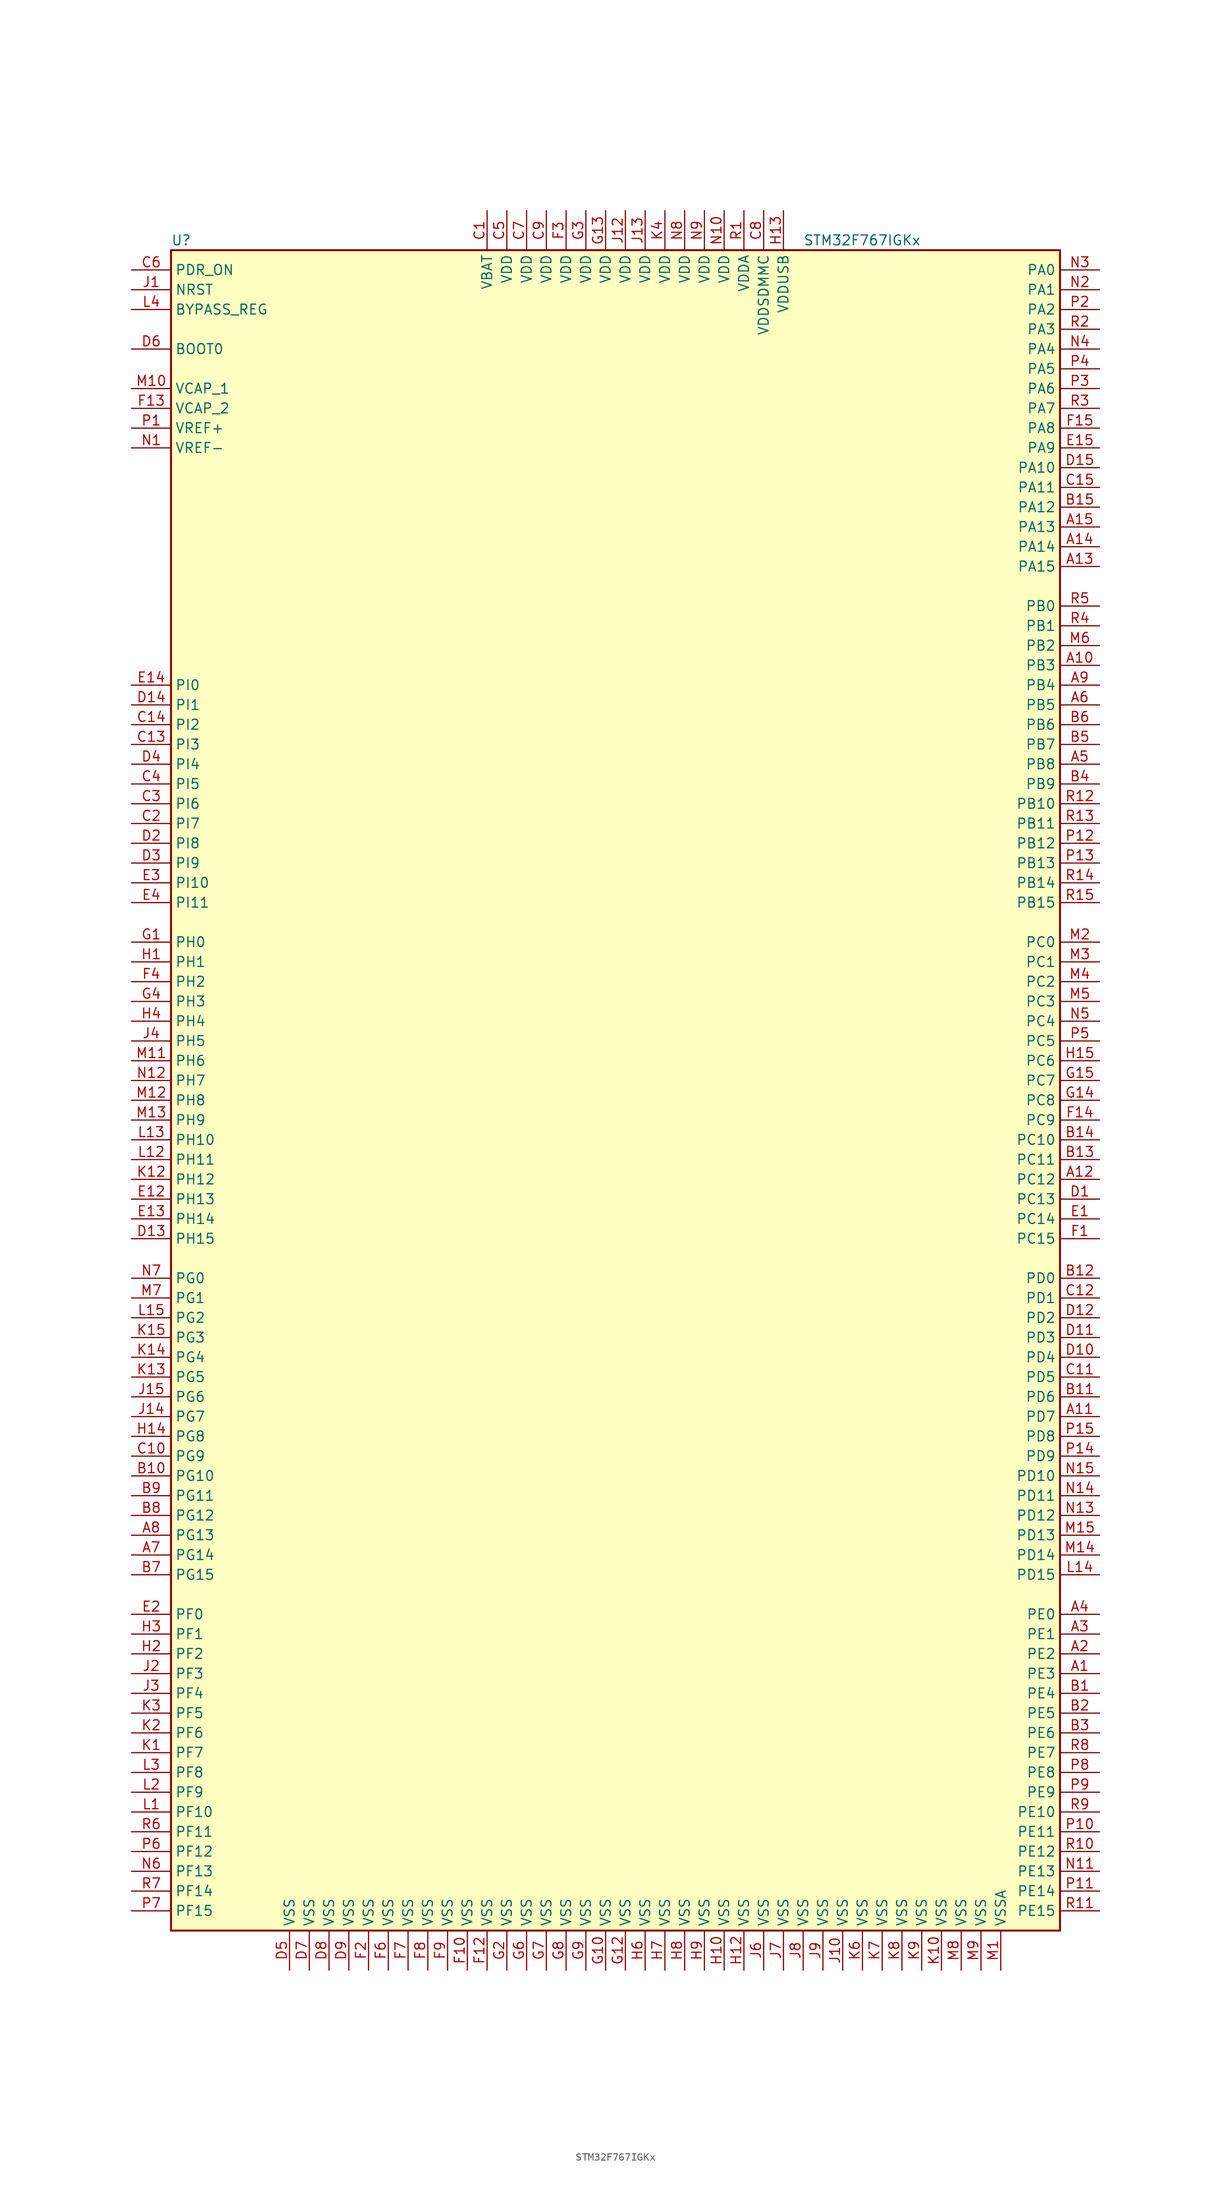
<source format=kicad_sym>
(kicad_symbol_lib
  (version 20201005)
  (generator kicad_symbol_editor)
  (symbol "STM32F767IGKx"
    (property "Reference" "U"
      (at -58.42 107.95 0)
      (effects (font (size 1.27 1.27)) (justify left)))
    (property "Value" "STM32F767IGKx"
      (at 22.86 107.95 0)
      (effects (font (size 1.27 1.27)) (justify left)))
    (symbol "STM32F767IGKx_0_1"
      (rectangle (start -58.42 -109.22) (end 55.88 106.68) (stroke (width 0.254)) (fill (type background))))
    (symbol "STM32F767IGKx_1_1"
      (pin input line (at -63.5 93.98 0) (length 5.08) (name "BOOT0" (effects (font (size 1.27 1.27)))) (number "D6" (effects (font (size 1.27 1.27)))))
      (pin input line (at -63.5 99.06 0) (length 5.08) (name "BYPASS_REG" (effects (font (size 1.27 1.27)))) (number "L4" (effects (font (size 1.27 1.27)))))
      (pin input line (at -63.5 101.6 0) (length 5.08) (name "NRST" (effects (font (size 1.27 1.27)))) (number "J1" (effects (font (size 1.27 1.27)))))
      (pin bidirectional line (at 60.96 104.14 180) (length 5.08) (name "PA0" (effects (font (size 1.27 1.27)))) (number "N3" (effects (font (size 1.27 1.27)))))
      (pin bidirectional line (at 60.96 101.6 180) (length 5.08) (name "PA1" (effects (font (size 1.27 1.27)))) (number "N2" (effects (font (size 1.27 1.27)))))
      (pin bidirectional line (at 60.96 78.74 180) (length 5.08) (name "PA10" (effects (font (size 1.27 1.27)))) (number "D15" (effects (font (size 1.27 1.27)))))
      (pin bidirectional line (at 60.96 76.2 180) (length 5.08) (name "PA11" (effects (font (size 1.27 1.27)))) (number "C15" (effects (font (size 1.27 1.27)))))
      (pin bidirectional line (at 60.96 73.66 180) (length 5.08) (name "PA12" (effects (font (size 1.27 1.27)))) (number "B15" (effects (font (size 1.27 1.27)))))
      (pin bidirectional line (at 60.96 71.12 180) (length 5.08) (name "PA13" (effects (font (size 1.27 1.27)))) (number "A15" (effects (font (size 1.27 1.27)))))
      (pin bidirectional line (at 60.96 68.58 180) (length 5.08) (name "PA14" (effects (font (size 1.27 1.27)))) (number "A14" (effects (font (size 1.27 1.27)))))
      (pin bidirectional line (at 60.96 66.04 180) (length 5.08) (name "PA15" (effects (font (size 1.27 1.27)))) (number "A13" (effects (font (size 1.27 1.27)))))
      (pin bidirectional line (at 60.96 99.06 180) (length 5.08) (name "PA2" (effects (font (size 1.27 1.27)))) (number "P2" (effects (font (size 1.27 1.27)))))
      (pin bidirectional line (at 60.96 96.52 180) (length 5.08) (name "PA3" (effects (font (size 1.27 1.27)))) (number "R2" (effects (font (size 1.27 1.27)))))
      (pin bidirectional line (at 60.96 93.98 180) (length 5.08) (name "PA4" (effects (font (size 1.27 1.27)))) (number "N4" (effects (font (size 1.27 1.27)))))
      (pin bidirectional line (at 60.96 91.44 180) (length 5.08) (name "PA5" (effects (font (size 1.27 1.27)))) (number "P4" (effects (font (size 1.27 1.27)))))
      (pin bidirectional line (at 60.96 88.9 180) (length 5.08) (name "PA6" (effects (font (size 1.27 1.27)))) (number "P3" (effects (font (size 1.27 1.27)))))
      (pin bidirectional line (at 60.96 86.36 180) (length 5.08) (name "PA7" (effects (font (size 1.27 1.27)))) (number "R3" (effects (font (size 1.27 1.27)))))
      (pin bidirectional line (at 60.96 83.82 180) (length 5.08) (name "PA8" (effects (font (size 1.27 1.27)))) (number "F15" (effects (font (size 1.27 1.27)))))
      (pin bidirectional line (at 60.96 81.28 180) (length 5.08) (name "PA9" (effects (font (size 1.27 1.27)))) (number "E15" (effects (font (size 1.27 1.27)))))
      (pin bidirectional line (at 60.96 60.96 180) (length 5.08) (name "PB0" (effects (font (size 1.27 1.27)))) (number "R5" (effects (font (size 1.27 1.27)))))
      (pin bidirectional line (at 60.96 58.42 180) (length 5.08) (name "PB1" (effects (font (size 1.27 1.27)))) (number "R4" (effects (font (size 1.27 1.27)))))
      (pin bidirectional line (at 60.96 35.56 180) (length 5.08) (name "PB10" (effects (font (size 1.27 1.27)))) (number "R12" (effects (font (size 1.27 1.27)))))
      (pin bidirectional line (at 60.96 33.02 180) (length 5.08) (name "PB11" (effects (font (size 1.27 1.27)))) (number "R13" (effects (font (size 1.27 1.27)))))
      (pin bidirectional line (at 60.96 30.48 180) (length 5.08) (name "PB12" (effects (font (size 1.27 1.27)))) (number "P12" (effects (font (size 1.27 1.27)))))
      (pin bidirectional line (at 60.96 27.94 180) (length 5.08) (name "PB13" (effects (font (size 1.27 1.27)))) (number "P13" (effects (font (size 1.27 1.27)))))
      (pin bidirectional line (at 60.96 25.4 180) (length 5.08) (name "PB14" (effects (font (size 1.27 1.27)))) (number "R14" (effects (font (size 1.27 1.27)))))
      (pin bidirectional line (at 60.96 22.86 180) (length 5.08) (name "PB15" (effects (font (size 1.27 1.27)))) (number "R15" (effects (font (size 1.27 1.27)))))
      (pin bidirectional line (at 60.96 55.88 180) (length 5.08) (name "PB2" (effects (font (size 1.27 1.27)))) (number "M6" (effects (font (size 1.27 1.27)))))
      (pin bidirectional line (at 60.96 53.34 180) (length 5.08) (name "PB3" (effects (font (size 1.27 1.27)))) (number "A10" (effects (font (size 1.27 1.27)))))
      (pin bidirectional line (at 60.96 50.8 180) (length 5.08) (name "PB4" (effects (font (size 1.27 1.27)))) (number "A9" (effects (font (size 1.27 1.27)))))
      (pin bidirectional line (at 60.96 48.26 180) (length 5.08) (name "PB5" (effects (font (size 1.27 1.27)))) (number "A6" (effects (font (size 1.27 1.27)))))
      (pin bidirectional line (at 60.96 45.72 180) (length 5.08) (name "PB6" (effects (font (size 1.27 1.27)))) (number "B6" (effects (font (size 1.27 1.27)))))
      (pin bidirectional line (at 60.96 43.18 180) (length 5.08) (name "PB7" (effects (font (size 1.27 1.27)))) (number "B5" (effects (font (size 1.27 1.27)))))
      (pin bidirectional line (at 60.96 40.64 180) (length 5.08) (name "PB8" (effects (font (size 1.27 1.27)))) (number "A5" (effects (font (size 1.27 1.27)))))
      (pin bidirectional line (at 60.96 38.1 180) (length 5.08) (name "PB9" (effects (font (size 1.27 1.27)))) (number "B4" (effects (font (size 1.27 1.27)))))
      (pin bidirectional line (at 60.96 17.78 180) (length 5.08) (name "PC0" (effects (font (size 1.27 1.27)))) (number "M2" (effects (font (size 1.27 1.27)))))
      (pin bidirectional line (at 60.96 15.24 180) (length 5.08) (name "PC1" (effects (font (size 1.27 1.27)))) (number "M3" (effects (font (size 1.27 1.27)))))
      (pin bidirectional line (at 60.96 -7.62 180) (length 5.08) (name "PC10" (effects (font (size 1.27 1.27)))) (number "B14" (effects (font (size 1.27 1.27)))))
      (pin bidirectional line (at 60.96 -10.16 180) (length 5.08) (name "PC11" (effects (font (size 1.27 1.27)))) (number "B13" (effects (font (size 1.27 1.27)))))
      (pin bidirectional line (at 60.96 -12.7 180) (length 5.08) (name "PC12" (effects (font (size 1.27 1.27)))) (number "A12" (effects (font (size 1.27 1.27)))))
      (pin bidirectional line (at 60.96 -15.24 180) (length 5.08) (name "PC13" (effects (font (size 1.27 1.27)))) (number "D1" (effects (font (size 1.27 1.27)))))
      (pin bidirectional line (at 60.96 -17.78 180) (length 5.08) (name "PC14" (effects (font (size 1.27 1.27)))) (number "E1" (effects (font (size 1.27 1.27)))))
      (pin bidirectional line (at 60.96 -20.32 180) (length 5.08) (name "PC15" (effects (font (size 1.27 1.27)))) (number "F1" (effects (font (size 1.27 1.27)))))
      (pin bidirectional line (at 60.96 12.7 180) (length 5.08) (name "PC2" (effects (font (size 1.27 1.27)))) (number "M4" (effects (font (size 1.27 1.27)))))
      (pin bidirectional line (at 60.96 10.16 180) (length 5.08) (name "PC3" (effects (font (size 1.27 1.27)))) (number "M5" (effects (font (size 1.27 1.27)))))
      (pin bidirectional line (at 60.96 7.62 180) (length 5.08) (name "PC4" (effects (font (size 1.27 1.27)))) (number "N5" (effects (font (size 1.27 1.27)))))
      (pin bidirectional line (at 60.96 5.08 180) (length 5.08) (name "PC5" (effects (font (size 1.27 1.27)))) (number "P5" (effects (font (size 1.27 1.27)))))
      (pin bidirectional line (at 60.96 2.54 180) (length 5.08) (name "PC6" (effects (font (size 1.27 1.27)))) (number "H15" (effects (font (size 1.27 1.27)))))
      (pin bidirectional line (at 60.96 0 180) (length 5.08) (name "PC7" (effects (font (size 1.27 1.27)))) (number "G15" (effects (font (size 1.27 1.27)))))
      (pin bidirectional line (at 60.96 -2.54 180) (length 5.08) (name "PC8" (effects (font (size 1.27 1.27)))) (number "G14" (effects (font (size 1.27 1.27)))))
      (pin bidirectional line (at 60.96 -5.08 180) (length 5.08) (name "PC9" (effects (font (size 1.27 1.27)))) (number "F14" (effects (font (size 1.27 1.27)))))
      (pin bidirectional line (at 60.96 -25.4 180) (length 5.08) (name "PD0" (effects (font (size 1.27 1.27)))) (number "B12" (effects (font (size 1.27 1.27)))))
      (pin bidirectional line (at 60.96 -27.94 180) (length 5.08) (name "PD1" (effects (font (size 1.27 1.27)))) (number "C12" (effects (font (size 1.27 1.27)))))
      (pin bidirectional line (at 60.96 -50.8 180) (length 5.08) (name "PD10" (effects (font (size 1.27 1.27)))) (number "N15" (effects (font (size 1.27 1.27)))))
      (pin bidirectional line (at 60.96 -53.34 180) (length 5.08) (name "PD11" (effects (font (size 1.27 1.27)))) (number "N14" (effects (font (size 1.27 1.27)))))
      (pin bidirectional line (at 60.96 -55.88 180) (length 5.08) (name "PD12" (effects (font (size 1.27 1.27)))) (number "N13" (effects (font (size 1.27 1.27)))))
      (pin bidirectional line (at 60.96 -58.42 180) (length 5.08) (name "PD13" (effects (font (size 1.27 1.27)))) (number "M15" (effects (font (size 1.27 1.27)))))
      (pin bidirectional line (at 60.96 -60.96 180) (length 5.08) (name "PD14" (effects (font (size 1.27 1.27)))) (number "M14" (effects (font (size 1.27 1.27)))))
      (pin bidirectional line (at 60.96 -63.5 180) (length 5.08) (name "PD15" (effects (font (size 1.27 1.27)))) (number "L14" (effects (font (size 1.27 1.27)))))
      (pin bidirectional line (at 60.96 -30.48 180) (length 5.08) (name "PD2" (effects (font (size 1.27 1.27)))) (number "D12" (effects (font (size 1.27 1.27)))))
      (pin bidirectional line (at 60.96 -33.02 180) (length 5.08) (name "PD3" (effects (font (size 1.27 1.27)))) (number "D11" (effects (font (size 1.27 1.27)))))
      (pin bidirectional line (at 60.96 -35.56 180) (length 5.08) (name "PD4" (effects (font (size 1.27 1.27)))) (number "D10" (effects (font (size 1.27 1.27)))))
      (pin bidirectional line (at 60.96 -38.1 180) (length 5.08) (name "PD5" (effects (font (size 1.27 1.27)))) (number "C11" (effects (font (size 1.27 1.27)))))
      (pin bidirectional line (at 60.96 -40.64 180) (length 5.08) (name "PD6" (effects (font (size 1.27 1.27)))) (number "B11" (effects (font (size 1.27 1.27)))))
      (pin bidirectional line (at 60.96 -43.18 180) (length 5.08) (name "PD7" (effects (font (size 1.27 1.27)))) (number "A11" (effects (font (size 1.27 1.27)))))
      (pin bidirectional line (at 60.96 -45.72 180) (length 5.08) (name "PD8" (effects (font (size 1.27 1.27)))) (number "P15" (effects (font (size 1.27 1.27)))))
      (pin bidirectional line (at 60.96 -48.26 180) (length 5.08) (name "PD9" (effects (font (size 1.27 1.27)))) (number "P14" (effects (font (size 1.27 1.27)))))
      (pin input line (at -63.5 104.14 0) (length 5.08) (name "PDR_ON" (effects (font (size 1.27 1.27)))) (number "C6" (effects (font (size 1.27 1.27)))))
      (pin bidirectional line (at 60.96 -68.58 180) (length 5.08) (name "PE0" (effects (font (size 1.27 1.27)))) (number "A4" (effects (font (size 1.27 1.27)))))
      (pin bidirectional line (at 60.96 -71.12 180) (length 5.08) (name "PE1" (effects (font (size 1.27 1.27)))) (number "A3" (effects (font (size 1.27 1.27)))))
      (pin bidirectional line (at 60.96 -93.98 180) (length 5.08) (name "PE10" (effects (font (size 1.27 1.27)))) (number "R9" (effects (font (size 1.27 1.27)))))
      (pin bidirectional line (at 60.96 -96.52 180) (length 5.08) (name "PE11" (effects (font (size 1.27 1.27)))) (number "P10" (effects (font (size 1.27 1.27)))))
      (pin bidirectional line (at 60.96 -99.06 180) (length 5.08) (name "PE12" (effects (font (size 1.27 1.27)))) (number "R10" (effects (font (size 1.27 1.27)))))
      (pin bidirectional line (at 60.96 -101.6 180) (length 5.08) (name "PE13" (effects (font (size 1.27 1.27)))) (number "N11" (effects (font (size 1.27 1.27)))))
      (pin bidirectional line (at 60.96 -104.14 180) (length 5.08) (name "PE14" (effects (font (size 1.27 1.27)))) (number "P11" (effects (font (size 1.27 1.27)))))
      (pin bidirectional line (at 60.96 -106.68 180) (length 5.08) (name "PE15" (effects (font (size 1.27 1.27)))) (number "R11" (effects (font (size 1.27 1.27)))))
      (pin bidirectional line (at 60.96 -73.66 180) (length 5.08) (name "PE2" (effects (font (size 1.27 1.27)))) (number "A2" (effects (font (size 1.27 1.27)))))
      (pin bidirectional line (at 60.96 -76.2 180) (length 5.08) (name "PE3" (effects (font (size 1.27 1.27)))) (number "A1" (effects (font (size 1.27 1.27)))))
      (pin bidirectional line (at 60.96 -78.74 180) (length 5.08) (name "PE4" (effects (font (size 1.27 1.27)))) (number "B1" (effects (font (size 1.27 1.27)))))
      (pin bidirectional line (at 60.96 -81.28 180) (length 5.08) (name "PE5" (effects (font (size 1.27 1.27)))) (number "B2" (effects (font (size 1.27 1.27)))))
      (pin bidirectional line (at 60.96 -83.82 180) (length 5.08) (name "PE6" (effects (font (size 1.27 1.27)))) (number "B3" (effects (font (size 1.27 1.27)))))
      (pin bidirectional line (at 60.96 -86.36 180) (length 5.08) (name "PE7" (effects (font (size 1.27 1.27)))) (number "R8" (effects (font (size 1.27 1.27)))))
      (pin bidirectional line (at 60.96 -88.9 180) (length 5.08) (name "PE8" (effects (font (size 1.27 1.27)))) (number "P8" (effects (font (size 1.27 1.27)))))
      (pin bidirectional line (at 60.96 -91.44 180) (length 5.08) (name "PE9" (effects (font (size 1.27 1.27)))) (number "P9" (effects (font (size 1.27 1.27)))))
      (pin bidirectional line (at -63.5 -68.58 0) (length 5.08) (name "PF0" (effects (font (size 1.27 1.27)))) (number "E2" (effects (font (size 1.27 1.27)))))
      (pin bidirectional line (at -63.5 -71.12 0) (length 5.08) (name "PF1" (effects (font (size 1.27 1.27)))) (number "H3" (effects (font (size 1.27 1.27)))))
      (pin bidirectional line (at -63.5 -93.98 0) (length 5.08) (name "PF10" (effects (font (size 1.27 1.27)))) (number "L1" (effects (font (size 1.27 1.27)))))
      (pin bidirectional line (at -63.5 -96.52 0) (length 5.08) (name "PF11" (effects (font (size 1.27 1.27)))) (number "R6" (effects (font (size 1.27 1.27)))))
      (pin bidirectional line (at -63.5 -99.06 0) (length 5.08) (name "PF12" (effects (font (size 1.27 1.27)))) (number "P6" (effects (font (size 1.27 1.27)))))
      (pin bidirectional line (at -63.5 -101.6 0) (length 5.08) (name "PF13" (effects (font (size 1.27 1.27)))) (number "N6" (effects (font (size 1.27 1.27)))))
      (pin bidirectional line (at -63.5 -104.14 0) (length 5.08) (name "PF14" (effects (font (size 1.27 1.27)))) (number "R7" (effects (font (size 1.27 1.27)))))
      (pin bidirectional line (at -63.5 -106.68 0) (length 5.08) (name "PF15" (effects (font (size 1.27 1.27)))) (number "P7" (effects (font (size 1.27 1.27)))))
      (pin bidirectional line (at -63.5 -73.66 0) (length 5.08) (name "PF2" (effects (font (size 1.27 1.27)))) (number "H2" (effects (font (size 1.27 1.27)))))
      (pin bidirectional line (at -63.5 -76.2 0) (length 5.08) (name "PF3" (effects (font (size 1.27 1.27)))) (number "J2" (effects (font (size 1.27 1.27)))))
      (pin bidirectional line (at -63.5 -78.74 0) (length 5.08) (name "PF4" (effects (font (size 1.27 1.27)))) (number "J3" (effects (font (size 1.27 1.27)))))
      (pin bidirectional line (at -63.5 -81.28 0) (length 5.08) (name "PF5" (effects (font (size 1.27 1.27)))) (number "K3" (effects (font (size 1.27 1.27)))))
      (pin bidirectional line (at -63.5 -83.82 0) (length 5.08) (name "PF6" (effects (font (size 1.27 1.27)))) (number "K2" (effects (font (size 1.27 1.27)))))
      (pin bidirectional line (at -63.5 -86.36 0) (length 5.08) (name "PF7" (effects (font (size 1.27 1.27)))) (number "K1" (effects (font (size 1.27 1.27)))))
      (pin bidirectional line (at -63.5 -88.9 0) (length 5.08) (name "PF8" (effects (font (size 1.27 1.27)))) (number "L3" (effects (font (size 1.27 1.27)))))
      (pin bidirectional line (at -63.5 -91.44 0) (length 5.08) (name "PF9" (effects (font (size 1.27 1.27)))) (number "L2" (effects (font (size 1.27 1.27)))))
      (pin bidirectional line (at -63.5 -25.4 0) (length 5.08) (name "PG0" (effects (font (size 1.27 1.27)))) (number "N7" (effects (font (size 1.27 1.27)))))
      (pin bidirectional line (at -63.5 -27.94 0) (length 5.08) (name "PG1" (effects (font (size 1.27 1.27)))) (number "M7" (effects (font (size 1.27 1.27)))))
      (pin bidirectional line (at -63.5 -50.8 0) (length 5.08) (name "PG10" (effects (font (size 1.27 1.27)))) (number "B10" (effects (font (size 1.27 1.27)))))
      (pin bidirectional line (at -63.5 -53.34 0) (length 5.08) (name "PG11" (effects (font (size 1.27 1.27)))) (number "B9" (effects (font (size 1.27 1.27)))))
      (pin bidirectional line (at -63.5 -55.88 0) (length 5.08) (name "PG12" (effects (font (size 1.27 1.27)))) (number "B8" (effects (font (size 1.27 1.27)))))
      (pin bidirectional line (at -63.5 -58.42 0) (length 5.08) (name "PG13" (effects (font (size 1.27 1.27)))) (number "A8" (effects (font (size 1.27 1.27)))))
      (pin bidirectional line (at -63.5 -60.96 0) (length 5.08) (name "PG14" (effects (font (size 1.27 1.27)))) (number "A7" (effects (font (size 1.27 1.27)))))
      (pin bidirectional line (at -63.5 -63.5 0) (length 5.08) (name "PG15" (effects (font (size 1.27 1.27)))) (number "B7" (effects (font (size 1.27 1.27)))))
      (pin bidirectional line (at -63.5 -30.48 0) (length 5.08) (name "PG2" (effects (font (size 1.27 1.27)))) (number "L15" (effects (font (size 1.27 1.27)))))
      (pin bidirectional line (at -63.5 -33.02 0) (length 5.08) (name "PG3" (effects (font (size 1.27 1.27)))) (number "K15" (effects (font (size 1.27 1.27)))))
      (pin bidirectional line (at -63.5 -35.56 0) (length 5.08) (name "PG4" (effects (font (size 1.27 1.27)))) (number "K14" (effects (font (size 1.27 1.27)))))
      (pin bidirectional line (at -63.5 -38.1 0) (length 5.08) (name "PG5" (effects (font (size 1.27 1.27)))) (number "K13" (effects (font (size 1.27 1.27)))))
      (pin bidirectional line (at -63.5 -40.64 0) (length 5.08) (name "PG6" (effects (font (size 1.27 1.27)))) (number "J15" (effects (font (size 1.27 1.27)))))
      (pin bidirectional line (at -63.5 -43.18 0) (length 5.08) (name "PG7" (effects (font (size 1.27 1.27)))) (number "J14" (effects (font (size 1.27 1.27)))))
      (pin bidirectional line (at -63.5 -45.72 0) (length 5.08) (name "PG8" (effects (font (size 1.27 1.27)))) (number "H14" (effects (font (size 1.27 1.27)))))
      (pin bidirectional line (at -63.5 -48.26 0) (length 5.08) (name "PG9" (effects (font (size 1.27 1.27)))) (number "C10" (effects (font (size 1.27 1.27)))))
      (pin input line (at -63.5 17.78 0) (length 5.08) (name "PH0" (effects (font (size 1.27 1.27)))) (number "G1" (effects (font (size 1.27 1.27)))))
      (pin input line (at -63.5 15.24 0) (length 5.08) (name "PH1" (effects (font (size 1.27 1.27)))) (number "H1" (effects (font (size 1.27 1.27)))))
      (pin bidirectional line (at -63.5 -7.62 0) (length 5.08) (name "PH10" (effects (font (size 1.27 1.27)))) (number "L13" (effects (font (size 1.27 1.27)))))
      (pin bidirectional line (at -63.5 -10.16 0) (length 5.08) (name "PH11" (effects (font (size 1.27 1.27)))) (number "L12" (effects (font (size 1.27 1.27)))))
      (pin bidirectional line (at -63.5 -12.7 0) (length 5.08) (name "PH12" (effects (font (size 1.27 1.27)))) (number "K12" (effects (font (size 1.27 1.27)))))
      (pin bidirectional line (at -63.5 -15.24 0) (length 5.08) (name "PH13" (effects (font (size 1.27 1.27)))) (number "E12" (effects (font (size 1.27 1.27)))))
      (pin bidirectional line (at -63.5 -17.78 0) (length 5.08) (name "PH14" (effects (font (size 1.27 1.27)))) (number "E13" (effects (font (size 1.27 1.27)))))
      (pin bidirectional line (at -63.5 -20.32 0) (length 5.08) (name "PH15" (effects (font (size 1.27 1.27)))) (number "D13" (effects (font (size 1.27 1.27)))))
      (pin bidirectional line (at -63.5 12.7 0) (length 5.08) (name "PH2" (effects (font (size 1.27 1.27)))) (number "F4" (effects (font (size 1.27 1.27)))))
      (pin bidirectional line (at -63.5 10.16 0) (length 5.08) (name "PH3" (effects (font (size 1.27 1.27)))) (number "G4" (effects (font (size 1.27 1.27)))))
      (pin bidirectional line (at -63.5 7.62 0) (length 5.08) (name "PH4" (effects (font (size 1.27 1.27)))) (number "H4" (effects (font (size 1.27 1.27)))))
      (pin bidirectional line (at -63.5 5.08 0) (length 5.08) (name "PH5" (effects (font (size 1.27 1.27)))) (number "J4" (effects (font (size 1.27 1.27)))))
      (pin bidirectional line (at -63.5 2.54 0) (length 5.08) (name "PH6" (effects (font (size 1.27 1.27)))) (number "M11" (effects (font (size 1.27 1.27)))))
      (pin bidirectional line (at -63.5 0 0) (length 5.08) (name "PH7" (effects (font (size 1.27 1.27)))) (number "N12" (effects (font (size 1.27 1.27)))))
      (pin bidirectional line (at -63.5 -2.54 0) (length 5.08) (name "PH8" (effects (font (size 1.27 1.27)))) (number "M12" (effects (font (size 1.27 1.27)))))
      (pin bidirectional line (at -63.5 -5.08 0) (length 5.08) (name "PH9" (effects (font (size 1.27 1.27)))) (number "M13" (effects (font (size 1.27 1.27)))))
      (pin bidirectional line (at -63.5 50.8 0) (length 5.08) (name "PI0" (effects (font (size 1.27 1.27)))) (number "E14" (effects (font (size 1.27 1.27)))))
      (pin bidirectional line (at -63.5 48.26 0) (length 5.08) (name "PI1" (effects (font (size 1.27 1.27)))) (number "D14" (effects (font (size 1.27 1.27)))))
      (pin bidirectional line (at -63.5 25.4 0) (length 5.08) (name "PI10" (effects (font (size 1.27 1.27)))) (number "E3" (effects (font (size 1.27 1.27)))))
      (pin bidirectional line (at -63.5 22.86 0) (length 5.08) (name "PI11" (effects (font (size 1.27 1.27)))) (number "E4" (effects (font (size 1.27 1.27)))))
      (pin bidirectional line (at -63.5 45.72 0) (length 5.08) (name "PI2" (effects (font (size 1.27 1.27)))) (number "C14" (effects (font (size 1.27 1.27)))))
      (pin bidirectional line (at -63.5 43.18 0) (length 5.08) (name "PI3" (effects (font (size 1.27 1.27)))) (number "C13" (effects (font (size 1.27 1.27)))))
      (pin bidirectional line (at -63.5 40.64 0) (length 5.08) (name "PI4" (effects (font (size 1.27 1.27)))) (number "D4" (effects (font (size 1.27 1.27)))))
      (pin bidirectional line (at -63.5 38.1 0) (length 5.08) (name "PI5" (effects (font (size 1.27 1.27)))) (number "C4" (effects (font (size 1.27 1.27)))))
      (pin bidirectional line (at -63.5 35.56 0) (length 5.08) (name "PI6" (effects (font (size 1.27 1.27)))) (number "C3" (effects (font (size 1.27 1.27)))))
      (pin bidirectional line (at -63.5 33.02 0) (length 5.08) (name "PI7" (effects (font (size 1.27 1.27)))) (number "C2" (effects (font (size 1.27 1.27)))))
      (pin bidirectional line (at -63.5 30.48 0) (length 5.08) (name "PI8" (effects (font (size 1.27 1.27)))) (number "D2" (effects (font (size 1.27 1.27)))))
      (pin bidirectional line (at -63.5 27.94 0) (length 5.08) (name "PI9" (effects (font (size 1.27 1.27)))) (number "D3" (effects (font (size 1.27 1.27)))))
      (pin power_in line (at -17.78 111.76 270) (length 5.08) (name "VBAT" (effects (font (size 1.27 1.27)))) (number "C1" (effects (font (size 1.27 1.27)))))
      (pin power_in line (at -63.5 88.9 0) (length 5.08) (name "VCAP_1" (effects (font (size 1.27 1.27)))) (number "M10" (effects (font (size 1.27 1.27)))))
      (pin power_in line (at -63.5 86.36 0) (length 5.08) (name "VCAP_2" (effects (font (size 1.27 1.27)))) (number "F13" (effects (font (size 1.27 1.27)))))
      (pin power_in line (at -15.24 111.76 270) (length 5.08) (name "VDD" (effects (font (size 1.27 1.27)))) (number "C5" (effects (font (size 1.27 1.27)))))
      (pin power_in line (at -12.7 111.76 270) (length 5.08) (name "VDD" (effects (font (size 1.27 1.27)))) (number "C7" (effects (font (size 1.27 1.27)))))
      (pin power_in line (at -10.16 111.76 270) (length 5.08) (name "VDD" (effects (font (size 1.27 1.27)))) (number "C9" (effects (font (size 1.27 1.27)))))
      (pin power_in line (at -7.62 111.76 270) (length 5.08) (name "VDD" (effects (font (size 1.27 1.27)))) (number "F3" (effects (font (size 1.27 1.27)))))
      (pin power_in line (at -2.54 111.76 270) (length 5.08) (name "VDD" (effects (font (size 1.27 1.27)))) (number "G13" (effects (font (size 1.27 1.27)))))
      (pin power_in line (at -5.08 111.76 270) (length 5.08) (name "VDD" (effects (font (size 1.27 1.27)))) (number "G3" (effects (font (size 1.27 1.27)))))
      (pin power_in line (at 0 111.76 270) (length 5.08) (name "VDD" (effects (font (size 1.27 1.27)))) (number "J12" (effects (font (size 1.27 1.27)))))
      (pin power_in line (at 2.54 111.76 270) (length 5.08) (name "VDD" (effects (font (size 1.27 1.27)))) (number "J13" (effects (font (size 1.27 1.27)))))
      (pin power_in line (at 5.08 111.76 270) (length 5.08) (name "VDD" (effects (font (size 1.27 1.27)))) (number "K4" (effects (font (size 1.27 1.27)))))
      (pin power_in line (at 12.7 111.76 270) (length 5.08) (name "VDD" (effects (font (size 1.27 1.27)))) (number "N10" (effects (font (size 1.27 1.27)))))
      (pin power_in line (at 7.62 111.76 270) (length 5.08) (name "VDD" (effects (font (size 1.27 1.27)))) (number "N8" (effects (font (size 1.27 1.27)))))
      (pin power_in line (at 10.16 111.76 270) (length 5.08) (name "VDD" (effects (font (size 1.27 1.27)))) (number "N9" (effects (font (size 1.27 1.27)))))
      (pin power_in line (at 15.24 111.76 270) (length 5.08) (name "VDDA" (effects (font (size 1.27 1.27)))) (number "R1" (effects (font (size 1.27 1.27)))))
      (pin power_in line (at 17.78 111.76 270) (length 5.08) (name "VDDSDMMC" (effects (font (size 1.27 1.27)))) (number "C8" (effects (font (size 1.27 1.27)))))
      (pin power_in line (at 20.32 111.76 270) (length 5.08) (name "VDDUSB" (effects (font (size 1.27 1.27)))) (number "H13" (effects (font (size 1.27 1.27)))))
      (pin power_in line (at -63.5 83.82 0) (length 5.08) (name "VREF+" (effects (font (size 1.27 1.27)))) (number "P1" (effects (font (size 1.27 1.27)))))
      (pin power_in line (at -63.5 81.28 0) (length 5.08) (name "VREF-" (effects (font (size 1.27 1.27)))) (number "N1" (effects (font (size 1.27 1.27)))))
      (pin power_in line (at -43.18 -114.3 90) (length 5.08) (name "VSS" (effects (font (size 1.27 1.27)))) (number "D5" (effects (font (size 1.27 1.27)))))
      (pin power_in line (at -40.64 -114.3 90) (length 5.08) (name "VSS" (effects (font (size 1.27 1.27)))) (number "D7" (effects (font (size 1.27 1.27)))))
      (pin power_in line (at -38.1 -114.3 90) (length 5.08) (name "VSS" (effects (font (size 1.27 1.27)))) (number "D8" (effects (font (size 1.27 1.27)))))
      (pin power_in line (at -35.56 -114.3 90) (length 5.08) (name "VSS" (effects (font (size 1.27 1.27)))) (number "D9" (effects (font (size 1.27 1.27)))))
      (pin power_in line (at -20.32 -114.3 90) (length 5.08) (name "VSS" (effects (font (size 1.27 1.27)))) (number "F10" (effects (font (size 1.27 1.27)))))
      (pin power_in line (at -17.78 -114.3 90) (length 5.08) (name "VSS" (effects (font (size 1.27 1.27)))) (number "F12" (effects (font (size 1.27 1.27)))))
      (pin power_in line (at -33.02 -114.3 90) (length 5.08) (name "VSS" (effects (font (size 1.27 1.27)))) (number "F2" (effects (font (size 1.27 1.27)))))
      (pin power_in line (at -30.48 -114.3 90) (length 5.08) (name "VSS" (effects (font (size 1.27 1.27)))) (number "F6" (effects (font (size 1.27 1.27)))))
      (pin power_in line (at -27.94 -114.3 90) (length 5.08) (name "VSS" (effects (font (size 1.27 1.27)))) (number "F7" (effects (font (size 1.27 1.27)))))
      (pin power_in line (at -25.4 -114.3 90) (length 5.08) (name "VSS" (effects (font (size 1.27 1.27)))) (number "F8" (effects (font (size 1.27 1.27)))))
      (pin power_in line (at -22.86 -114.3 90) (length 5.08) (name "VSS" (effects (font (size 1.27 1.27)))) (number "F9" (effects (font (size 1.27 1.27)))))
      (pin power_in line (at -2.54 -114.3 90) (length 5.08) (name "VSS" (effects (font (size 1.27 1.27)))) (number "G10" (effects (font (size 1.27 1.27)))))
      (pin power_in line (at 0 -114.3 90) (length 5.08) (name "VSS" (effects (font (size 1.27 1.27)))) (number "G12" (effects (font (size 1.27 1.27)))))
      (pin power_in line (at -15.24 -114.3 90) (length 5.08) (name "VSS" (effects (font (size 1.27 1.27)))) (number "G2" (effects (font (size 1.27 1.27)))))
      (pin power_in line (at -12.7 -114.3 90) (length 5.08) (name "VSS" (effects (font (size 1.27 1.27)))) (number "G6" (effects (font (size 1.27 1.27)))))
      (pin power_in line (at -10.16 -114.3 90) (length 5.08) (name "VSS" (effects (font (size 1.27 1.27)))) (number "G7" (effects (font (size 1.27 1.27)))))
      (pin power_in line (at -7.62 -114.3 90) (length 5.08) (name "VSS" (effects (font (size 1.27 1.27)))) (number "G8" (effects (font (size 1.27 1.27)))))
      (pin power_in line (at -5.08 -114.3 90) (length 5.08) (name "VSS" (effects (font (size 1.27 1.27)))) (number "G9" (effects (font (size 1.27 1.27)))))
      (pin power_in line (at 12.7 -114.3 90) (length 5.08) (name "VSS" (effects (font (size 1.27 1.27)))) (number "H10" (effects (font (size 1.27 1.27)))))
      (pin power_in line (at 15.24 -114.3 90) (length 5.08) (name "VSS" (effects (font (size 1.27 1.27)))) (number "H12" (effects (font (size 1.27 1.27)))))
      (pin power_in line (at 2.54 -114.3 90) (length 5.08) (name "VSS" (effects (font (size 1.27 1.27)))) (number "H6" (effects (font (size 1.27 1.27)))))
      (pin power_in line (at 5.08 -114.3 90) (length 5.08) (name "VSS" (effects (font (size 1.27 1.27)))) (number "H7" (effects (font (size 1.27 1.27)))))
      (pin power_in line (at 7.62 -114.3 90) (length 5.08) (name "VSS" (effects (font (size 1.27 1.27)))) (number "H8" (effects (font (size 1.27 1.27)))))
      (pin power_in line (at 10.16 -114.3 90) (length 5.08) (name "VSS" (effects (font (size 1.27 1.27)))) (number "H9" (effects (font (size 1.27 1.27)))))
      (pin power_in line (at 27.94 -114.3 90) (length 5.08) (name "VSS" (effects (font (size 1.27 1.27)))) (number "J10" (effects (font (size 1.27 1.27)))))
      (pin power_in line (at 17.78 -114.3 90) (length 5.08) (name "VSS" (effects (font (size 1.27 1.27)))) (number "J6" (effects (font (size 1.27 1.27)))))
      (pin power_in line (at 20.32 -114.3 90) (length 5.08) (name "VSS" (effects (font (size 1.27 1.27)))) (number "J7" (effects (font (size 1.27 1.27)))))
      (pin power_in line (at 22.86 -114.3 90) (length 5.08) (name "VSS" (effects (font (size 1.27 1.27)))) (number "J8" (effects (font (size 1.27 1.27)))))
      (pin power_in line (at 25.4 -114.3 90) (length 5.08) (name "VSS" (effects (font (size 1.27 1.27)))) (number "J9" (effects (font (size 1.27 1.27)))))
      (pin power_in line (at 40.64 -114.3 90) (length 5.08) (name "VSS" (effects (font (size 1.27 1.27)))) (number "K10" (effects (font (size 1.27 1.27)))))
      (pin power_in line (at 30.48 -114.3 90) (length 5.08) (name "VSS" (effects (font (size 1.27 1.27)))) (number "K6" (effects (font (size 1.27 1.27)))))
      (pin power_in line (at 33.02 -114.3 90) (length 5.08) (name "VSS" (effects (font (size 1.27 1.27)))) (number "K7" (effects (font (size 1.27 1.27)))))
      (pin power_in line (at 35.56 -114.3 90) (length 5.08) (name "VSS" (effects (font (size 1.27 1.27)))) (number "K8" (effects (font (size 1.27 1.27)))))
      (pin power_in line (at 38.1 -114.3 90) (length 5.08) (name "VSS" (effects (font (size 1.27 1.27)))) (number "K9" (effects (font (size 1.27 1.27)))))
      (pin power_in line (at 43.18 -114.3 90) (length 5.08) (name "VSS" (effects (font (size 1.27 1.27)))) (number "M8" (effects (font (size 1.27 1.27)))))
      (pin power_in line (at 45.72 -114.3 90) (length 5.08) (name "VSS" (effects (font (size 1.27 1.27)))) (number "M9" (effects (font (size 1.27 1.27)))))
      (pin power_in line (at 48.26 -114.3 90) (length 5.08) (name "VSSA" (effects (font (size 1.27 1.27)))) (number "M1" (effects (font (size 1.27 1.27))))))))
</source>
